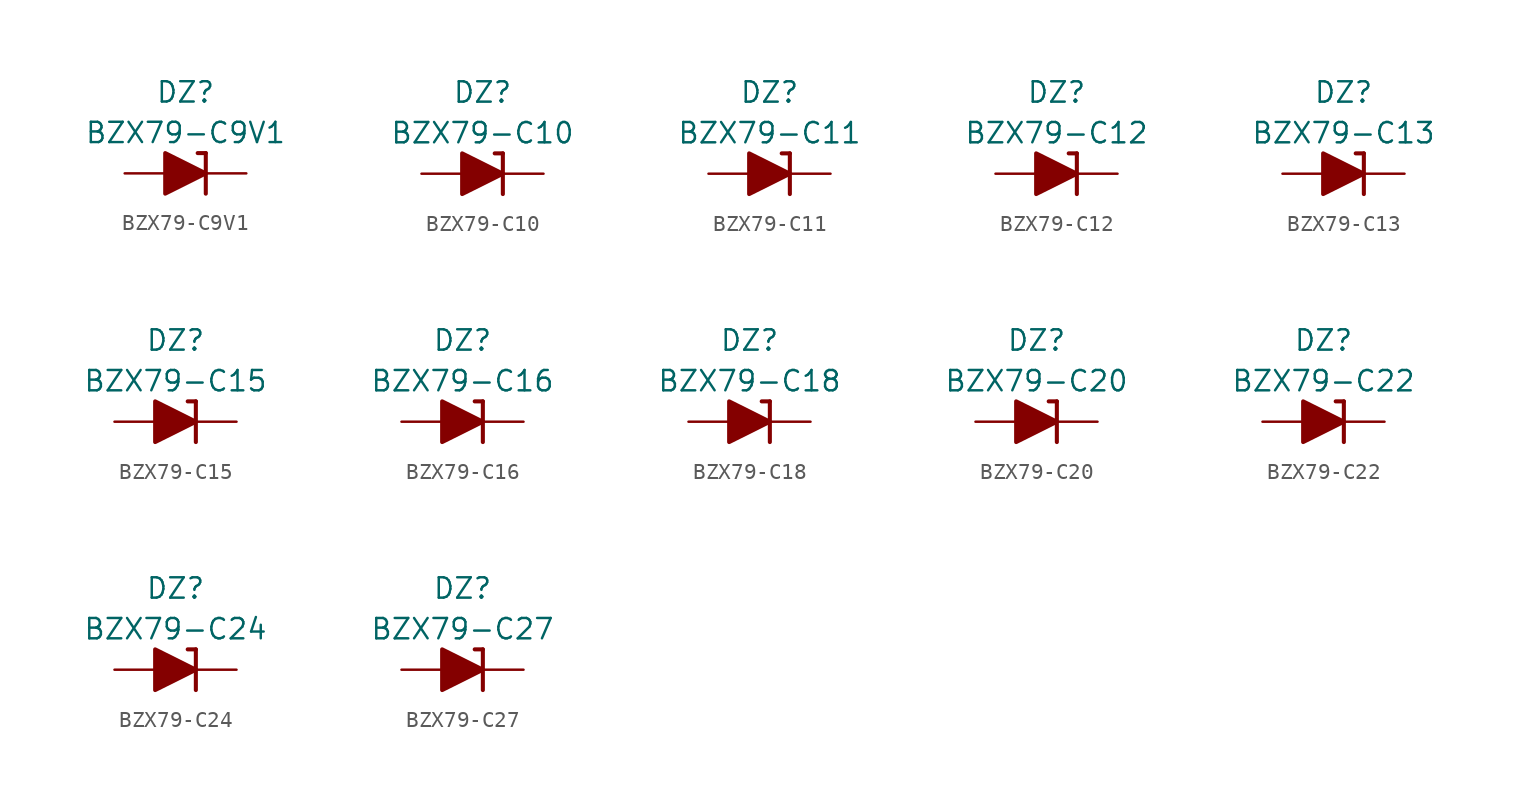
<source format=kicad_sym>
(kicad_symbol_lib
  (version 20211014)
  (generator kicad_symbol_editor)
  (symbol "BZX79-C9V1"
    (pin_numbers hide)
    (pin_names
      (offset 1.016) hide)
    (property "Reference" "DZ"
      (at 0 5.08 0)
      (effects (font (size 1.27 1.27))))
    (property "Value" "BZX79-C9V1"
      (at 0 2.54 0)
      (effects (font (size 1.27 1.27))))
    (symbol "BZX79-C9V1_0_1"
      (polyline (pts (xy -1.27 0) (xy 1.27 0)) (stroke (width 0) (type default) (color 0 0 0 0)) (fill (type none)))
      (polyline (pts (xy 1.27 1.27) (xy 0.762 1.27)) (stroke (width 0.254) (type default) (color 0 0 0 0)) (fill (type none)))
      (polyline (pts (xy 1.27 1.27) (xy 1.27 -1.27)) (stroke (width 0.254) (type default) (color 0 0 0 0)) (fill (type none)))
      (polyline (pts (xy -1.27 -1.27) (xy -1.27 1.27) (xy 1.27 0) (xy -1.27 -1.27)) (stroke (width 0.254) (type default) (color 0 0 0 0)) (fill (type outline))))
    (symbol "BZX79-C9V1_1_1"
      (pin passive line (at 3.81 0 180) (length 2.54) (name "K" (effects (font (size 1.27 1.27)))) (number "1" (effects (font (size 1.27 1.27)))))
      (pin passive line (at -3.81 0 0) (length 2.54) (name "A" (effects (font (size 1.27 1.27)))) (number "2" (effects (font (size 1.27 1.27)))))))
  (symbol "BZX79-C10"
    (pin_numbers hide)
    (pin_names
      (offset 1.016) hide)
    (property "Reference" "DZ"
      (at 0 5.08 0)
      (effects (font (size 1.27 1.27))))
    (property "Value" "BZX79-C10"
      (at 0 2.54 0)
      (effects (font (size 1.27 1.27))))
    (symbol "BZX79-C10_0_1"
      (polyline (pts (xy -1.27 0) (xy 1.27 0)) (stroke (width 0) (type default) (color 0 0 0 0)) (fill (type none)))
      (polyline (pts (xy 1.27 1.27) (xy 0.762 1.27)) (stroke (width 0.254) (type default) (color 0 0 0 0)) (fill (type none)))
      (polyline (pts (xy 1.27 1.27) (xy 1.27 -1.27)) (stroke (width 0.254) (type default) (color 0 0 0 0)) (fill (type none)))
      (polyline (pts (xy -1.27 -1.27) (xy -1.27 1.27) (xy 1.27 0) (xy -1.27 -1.27)) (stroke (width 0.254) (type default) (color 0 0 0 0)) (fill (type outline))))
    (symbol "BZX79-C10_1_1"
      (pin passive line (at 3.81 0 180) (length 2.54) (name "K" (effects (font (size 1.27 1.27)))) (number "1" (effects (font (size 1.27 1.27)))))
      (pin passive line (at -3.81 0 0) (length 2.54) (name "A" (effects (font (size 1.27 1.27)))) (number "2" (effects (font (size 1.27 1.27)))))))
  (symbol "BZX79-C11"
    (pin_numbers hide)
    (pin_names
      (offset 1.016) hide)
    (property "Reference" "DZ"
      (at 0 5.08 0)
      (effects (font (size 1.27 1.27))))
    (property "Value" "BZX79-C11"
      (at 0 2.54 0)
      (effects (font (size 1.27 1.27))))
    (symbol "BZX79-C11_0_1"
      (polyline (pts (xy -1.27 0) (xy 1.27 0)) (stroke (width 0) (type default) (color 0 0 0 0)) (fill (type none)))
      (polyline (pts (xy 1.27 1.27) (xy 0.762 1.27)) (stroke (width 0.254) (type default) (color 0 0 0 0)) (fill (type none)))
      (polyline (pts (xy 1.27 1.27) (xy 1.27 -1.27)) (stroke (width 0.254) (type default) (color 0 0 0 0)) (fill (type none)))
      (polyline (pts (xy -1.27 -1.27) (xy -1.27 1.27) (xy 1.27 0) (xy -1.27 -1.27)) (stroke (width 0.254) (type default) (color 0 0 0 0)) (fill (type outline))))
    (symbol "BZX79-C11_1_1"
      (pin passive line (at 3.81 0 180) (length 2.54) (name "K" (effects (font (size 1.27 1.27)))) (number "1" (effects (font (size 1.27 1.27)))))
      (pin passive line (at -3.81 0 0) (length 2.54) (name "A" (effects (font (size 1.27 1.27)))) (number "2" (effects (font (size 1.27 1.27)))))))
  (symbol "BZX79-C12"
    (pin_numbers hide)
    (pin_names
      (offset 1.016) hide)
    (property "Reference" "DZ"
      (at 0 5.08 0)
      (effects (font (size 1.27 1.27))))
    (property "Value" "BZX79-C12"
      (at 0 2.54 0)
      (effects (font (size 1.27 1.27))))
    (symbol "BZX79-C12_0_1"
      (polyline (pts (xy -1.27 0) (xy 1.27 0)) (stroke (width 0) (type default) (color 0 0 0 0)) (fill (type none)))
      (polyline (pts (xy 1.27 1.27) (xy 0.762 1.27)) (stroke (width 0.254) (type default) (color 0 0 0 0)) (fill (type none)))
      (polyline (pts (xy 1.27 1.27) (xy 1.27 -1.27)) (stroke (width 0.254) (type default) (color 0 0 0 0)) (fill (type none)))
      (polyline (pts (xy -1.27 -1.27) (xy -1.27 1.27) (xy 1.27 0) (xy -1.27 -1.27)) (stroke (width 0.254) (type default) (color 0 0 0 0)) (fill (type outline))))
    (symbol "BZX79-C12_1_1"
      (pin passive line (at 3.81 0 180) (length 2.54) (name "K" (effects (font (size 1.27 1.27)))) (number "1" (effects (font (size 1.27 1.27)))))
      (pin passive line (at -3.81 0 0) (length 2.54) (name "A" (effects (font (size 1.27 1.27)))) (number "2" (effects (font (size 1.27 1.27)))))))
  (symbol "BZX79-C13"
    (pin_numbers hide)
    (pin_names
      (offset 1.016) hide)
    (property "Reference" "DZ"
      (at 0 5.08 0)
      (effects (font (size 1.27 1.27))))
    (property "Value" "BZX79-C13"
      (at 0 2.54 0)
      (effects (font (size 1.27 1.27))))
    (symbol "BZX79-C13_0_1"
      (polyline (pts (xy -1.27 0) (xy 1.27 0)) (stroke (width 0) (type default) (color 0 0 0 0)) (fill (type none)))
      (polyline (pts (xy 1.27 1.27) (xy 0.762 1.27)) (stroke (width 0.254) (type default) (color 0 0 0 0)) (fill (type none)))
      (polyline (pts (xy 1.27 1.27) (xy 1.27 -1.27)) (stroke (width 0.254) (type default) (color 0 0 0 0)) (fill (type none)))
      (polyline (pts (xy -1.27 -1.27) (xy -1.27 1.27) (xy 1.27 0) (xy -1.27 -1.27)) (stroke (width 0.254) (type default) (color 0 0 0 0)) (fill (type outline))))
    (symbol "BZX79-C13_1_1"
      (pin passive line (at 3.81 0 180) (length 2.54) (name "K" (effects (font (size 1.27 1.27)))) (number "1" (effects (font (size 1.27 1.27)))))
      (pin passive line (at -3.81 0 0) (length 2.54) (name "A" (effects (font (size 1.27 1.27)))) (number "2" (effects (font (size 1.27 1.27)))))))
  (symbol "BZX79-C15"
    (pin_numbers hide)
    (pin_names
      (offset 1.016) hide)
    (property "Reference" "DZ"
      (at 0 5.08 0)
      (effects (font (size 1.27 1.27))))
    (property "Value" "BZX79-C15"
      (at 0 2.54 0)
      (effects (font (size 1.27 1.27))))
    (symbol "BZX79-C15_0_1"
      (polyline (pts (xy -1.27 0) (xy 1.27 0)) (stroke (width 0) (type default) (color 0 0 0 0)) (fill (type none)))
      (polyline (pts (xy 1.27 1.27) (xy 0.762 1.27)) (stroke (width 0.254) (type default) (color 0 0 0 0)) (fill (type none)))
      (polyline (pts (xy 1.27 1.27) (xy 1.27 -1.27)) (stroke (width 0.254) (type default) (color 0 0 0 0)) (fill (type none)))
      (polyline (pts (xy -1.27 -1.27) (xy -1.27 1.27) (xy 1.27 0) (xy -1.27 -1.27)) (stroke (width 0.254) (type default) (color 0 0 0 0)) (fill (type outline))))
    (symbol "BZX79-C15_1_1"
      (pin passive line (at 3.81 0 180) (length 2.54) (name "K" (effects (font (size 1.27 1.27)))) (number "1" (effects (font (size 1.27 1.27)))))
      (pin passive line (at -3.81 0 0) (length 2.54) (name "A" (effects (font (size 1.27 1.27)))) (number "2" (effects (font (size 1.27 1.27)))))))
  (symbol "BZX79-C16"
    (pin_numbers hide)
    (pin_names
      (offset 1.016) hide)
    (property "Reference" "DZ"
      (at 0 5.08 0)
      (effects (font (size 1.27 1.27))))
    (property "Value" "BZX79-C16"
      (at 0 2.54 0)
      (effects (font (size 1.27 1.27))))
    (symbol "BZX79-C16_0_1"
      (polyline (pts (xy -1.27 0) (xy 1.27 0)) (stroke (width 0) (type default) (color 0 0 0 0)) (fill (type none)))
      (polyline (pts (xy 1.27 1.27) (xy 0.762 1.27)) (stroke (width 0.254) (type default) (color 0 0 0 0)) (fill (type none)))
      (polyline (pts (xy 1.27 1.27) (xy 1.27 -1.27)) (stroke (width 0.254) (type default) (color 0 0 0 0)) (fill (type none)))
      (polyline (pts (xy -1.27 -1.27) (xy -1.27 1.27) (xy 1.27 0) (xy -1.27 -1.27)) (stroke (width 0.254) (type default) (color 0 0 0 0)) (fill (type outline))))
    (symbol "BZX79-C16_1_1"
      (pin passive line (at 3.81 0 180) (length 2.54) (name "K" (effects (font (size 1.27 1.27)))) (number "1" (effects (font (size 1.27 1.27)))))
      (pin passive line (at -3.81 0 0) (length 2.54) (name "A" (effects (font (size 1.27 1.27)))) (number "2" (effects (font (size 1.27 1.27)))))))
  (symbol "BZX79-C18"
    (pin_numbers hide)
    (pin_names
      (offset 1.016) hide)
    (property "Reference" "DZ"
      (at 0 5.08 0)
      (effects (font (size 1.27 1.27))))
    (property "Value" "BZX79-C18"
      (at 0 2.54 0)
      (effects (font (size 1.27 1.27))))
    (symbol "BZX79-C18_0_1"
      (polyline (pts (xy -1.27 0) (xy 1.27 0)) (stroke (width 0) (type default) (color 0 0 0 0)) (fill (type none)))
      (polyline (pts (xy 1.27 1.27) (xy 0.762 1.27)) (stroke (width 0.254) (type default) (color 0 0 0 0)) (fill (type none)))
      (polyline (pts (xy 1.27 1.27) (xy 1.27 -1.27)) (stroke (width 0.254) (type default) (color 0 0 0 0)) (fill (type none)))
      (polyline (pts (xy -1.27 -1.27) (xy -1.27 1.27) (xy 1.27 0) (xy -1.27 -1.27)) (stroke (width 0.254) (type default) (color 0 0 0 0)) (fill (type outline))))
    (symbol "BZX79-C18_1_1"
      (pin passive line (at 3.81 0 180) (length 2.54) (name "K" (effects (font (size 1.27 1.27)))) (number "1" (effects (font (size 1.27 1.27)))))
      (pin passive line (at -3.81 0 0) (length 2.54) (name "A" (effects (font (size 1.27 1.27)))) (number "2" (effects (font (size 1.27 1.27)))))))
  (symbol "BZX79-C20"
    (pin_numbers hide)
    (pin_names
      (offset 1.016) hide)
    (property "Reference" "DZ"
      (at 0 5.08 0)
      (effects (font (size 1.27 1.27))))
    (property "Value" "BZX79-C20"
      (at 0 2.54 0)
      (effects (font (size 1.27 1.27))))
    (symbol "BZX79-C20_0_1"
      (polyline (pts (xy -1.27 0) (xy 1.27 0)) (stroke (width 0) (type default) (color 0 0 0 0)) (fill (type none)))
      (polyline (pts (xy 1.27 1.27) (xy 0.762 1.27)) (stroke (width 0.254) (type default) (color 0 0 0 0)) (fill (type none)))
      (polyline (pts (xy 1.27 1.27) (xy 1.27 -1.27)) (stroke (width 0.254) (type default) (color 0 0 0 0)) (fill (type none)))
      (polyline (pts (xy -1.27 -1.27) (xy -1.27 1.27) (xy 1.27 0) (xy -1.27 -1.27)) (stroke (width 0.254) (type default) (color 0 0 0 0)) (fill (type outline))))
    (symbol "BZX79-C20_1_1"
      (pin passive line (at 3.81 0 180) (length 2.54) (name "K" (effects (font (size 1.27 1.27)))) (number "1" (effects (font (size 1.27 1.27)))))
      (pin passive line (at -3.81 0 0) (length 2.54) (name "A" (effects (font (size 1.27 1.27)))) (number "2" (effects (font (size 1.27 1.27)))))))
  (symbol "BZX79-C22"
    (pin_numbers hide)
    (pin_names
      (offset 1.016) hide)
    (property "Reference" "DZ"
      (at 0 5.08 0)
      (effects (font (size 1.27 1.27))))
    (property "Value" "BZX79-C22"
      (at 0 2.54 0)
      (effects (font (size 1.27 1.27))))
    (symbol "BZX79-C22_0_1"
      (polyline (pts (xy -1.27 0) (xy 1.27 0)) (stroke (width 0) (type default) (color 0 0 0 0)) (fill (type none)))
      (polyline (pts (xy 1.27 1.27) (xy 0.762 1.27)) (stroke (width 0.254) (type default) (color 0 0 0 0)) (fill (type none)))
      (polyline (pts (xy 1.27 1.27) (xy 1.27 -1.27)) (stroke (width 0.254) (type default) (color 0 0 0 0)) (fill (type none)))
      (polyline (pts (xy -1.27 -1.27) (xy -1.27 1.27) (xy 1.27 0) (xy -1.27 -1.27)) (stroke (width 0.254) (type default) (color 0 0 0 0)) (fill (type outline))))
    (symbol "BZX79-C22_1_1"
      (pin passive line (at 3.81 0 180) (length 2.54) (name "K" (effects (font (size 1.27 1.27)))) (number "1" (effects (font (size 1.27 1.27)))))
      (pin passive line (at -3.81 0 0) (length 2.54) (name "A" (effects (font (size 1.27 1.27)))) (number "2" (effects (font (size 1.27 1.27)))))))
  (symbol "BZX79-C24"
    (pin_numbers hide)
    (pin_names
      (offset 1.016) hide)
    (property "Reference" "DZ"
      (at 0 5.08 0)
      (effects (font (size 1.27 1.27))))
    (property "Value" "BZX79-C24"
      (at 0 2.54 0)
      (effects (font (size 1.27 1.27))))
    (symbol "BZX79-C24_0_1"
      (polyline (pts (xy -1.27 0) (xy 1.27 0)) (stroke (width 0) (type default) (color 0 0 0 0)) (fill (type none)))
      (polyline (pts (xy 1.27 1.27) (xy 0.762 1.27)) (stroke (width 0.254) (type default) (color 0 0 0 0)) (fill (type none)))
      (polyline (pts (xy 1.27 1.27) (xy 1.27 -1.27)) (stroke (width 0.254) (type default) (color 0 0 0 0)) (fill (type none)))
      (polyline (pts (xy -1.27 -1.27) (xy -1.27 1.27) (xy 1.27 0) (xy -1.27 -1.27)) (stroke (width 0.254) (type default) (color 0 0 0 0)) (fill (type outline))))
    (symbol "BZX79-C24_1_1"
      (pin passive line (at 3.81 0 180) (length 2.54) (name "K" (effects (font (size 1.27 1.27)))) (number "1" (effects (font (size 1.27 1.27)))))
      (pin passive line (at -3.81 0 0) (length 2.54) (name "A" (effects (font (size 1.27 1.27)))) (number "2" (effects (font (size 1.27 1.27)))))))
  (symbol "BZX79-C27"
    (pin_numbers hide)
    (pin_names
      (offset 1.016) hide)
    (property "Reference" "DZ"
      (at 0 5.08 0)
      (effects (font (size 1.27 1.27))))
    (property "Value" "BZX79-C27"
      (at 0 2.54 0)
      (effects (font (size 1.27 1.27))))
    (symbol "BZX79-C27_0_1"
      (polyline (pts (xy -1.27 0) (xy 1.27 0)) (stroke (width 0) (type default) (color 0 0 0 0)) (fill (type none)))
      (polyline (pts (xy 1.27 1.27) (xy 0.762 1.27)) (stroke (width 0.254) (type default) (color 0 0 0 0)) (fill (type none)))
      (polyline (pts (xy 1.27 1.27) (xy 1.27 -1.27)) (stroke (width 0.254) (type default) (color 0 0 0 0)) (fill (type none)))
      (polyline (pts (xy -1.27 -1.27) (xy -1.27 1.27) (xy 1.27 0) (xy -1.27 -1.27)) (stroke (width 0.254) (type default) (color 0 0 0 0)) (fill (type outline))))
    (symbol "BZX79-C27_1_1"
      (pin passive line (at 3.81 0 180) (length 2.54) (name "K" (effects (font (size 1.27 1.27)))) (number "1" (effects (font (size 1.27 1.27)))))
      (pin passive line (at -3.81 0 0) (length 2.54) (name "A" (effects (font (size 1.27 1.27)))) (number "2" (effects (font (size 1.27 1.27))))))))
</source>
